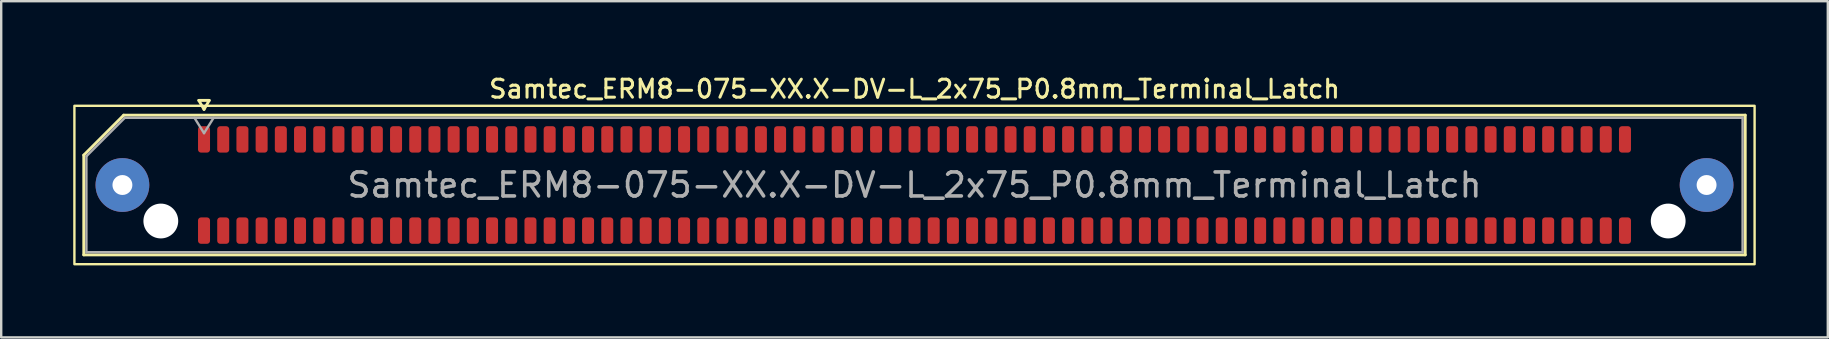
<source format=kicad_pcb>
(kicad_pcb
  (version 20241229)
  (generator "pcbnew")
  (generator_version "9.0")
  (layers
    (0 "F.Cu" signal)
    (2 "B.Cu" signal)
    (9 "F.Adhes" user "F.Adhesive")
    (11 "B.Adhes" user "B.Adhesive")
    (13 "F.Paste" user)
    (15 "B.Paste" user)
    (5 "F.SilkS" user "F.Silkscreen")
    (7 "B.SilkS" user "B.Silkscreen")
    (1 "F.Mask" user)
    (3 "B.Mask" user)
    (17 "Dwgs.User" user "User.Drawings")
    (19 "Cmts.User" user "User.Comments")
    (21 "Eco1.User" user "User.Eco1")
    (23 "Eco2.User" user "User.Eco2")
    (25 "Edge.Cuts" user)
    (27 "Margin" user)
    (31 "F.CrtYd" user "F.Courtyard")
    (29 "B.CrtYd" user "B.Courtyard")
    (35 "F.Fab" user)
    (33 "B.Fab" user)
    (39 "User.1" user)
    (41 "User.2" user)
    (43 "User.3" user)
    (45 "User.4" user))
  (footprint "Samtec_ERM8-075-XX.X-DV-L_2x75_P0.8mm_Terminal_Latch"
    (layer "F.Cu")
    (at 35.05 4.658)
    (property "Reference" "Samtec_ERM8-075-XX.X-DV-L_2x75_P0.8mm_Terminal_Latch" (at 0 -4 0) (layer "F.SilkS") (effects (font (size 0.75 0.75) (thickness 0.125))))
    (attr smd)
    (fp_line (start -34.61 -1.246) (end -32.946 -2.91) (stroke (width 0.12) (type solid)) (layer "F.SilkS"))
    (fp_line (start -34.61 2.91) (end -34.61 -1.246) (stroke (width 0.12) (type solid)) (layer "F.SilkS"))
    (fp_line (start -32.946 -2.91) (end 34.61 -2.91) (stroke (width 0.12) (type solid)) (layer "F.SilkS"))
    (fp_line (start -29.817 -3.525) (end -29.6 -3.15) (stroke (width 0.12) (type solid)) (layer "F.SilkS"))
    (fp_line (start -29.6 -3.15) (end -29.383 -3.525) (stroke (width 0.12) (type solid)) (layer "F.SilkS"))
    (fp_line (start -29.383 -3.525) (end -29.817 -3.525) (stroke (width 0.12) (type solid)) (layer "F.SilkS"))
    (fp_line (start 34.61 -2.91) (end 34.61 2.91) (stroke (width 0.12) (type solid)) (layer "F.SilkS"))
    (fp_line (start 34.61 2.91) (end -34.61 2.91) (stroke (width 0.12) (type solid)) (layer "F.SilkS"))
    (fp_rect (start -35 -3.3) (end 35 3.3) (stroke (width 0.1) (type solid)) (fill no) (layer "F.SilkS"))
    (fp_line (start -34.5 -1.2) (end -32.9 -2.8) (stroke (width 0.1) (type solid)) (layer "F.Fab"))
    (fp_line (start -34.5 2.8) (end -34.5 -1.2) (stroke (width 0.1) (type solid)) (layer "F.Fab"))
    (fp_line (start -32.9 -2.8) (end 34.5 -2.8) (stroke (width 0.1) (type solid)) (layer "F.Fab"))
    (fp_line (start -30 -2.8) (end -29.6 -2.16) (stroke (width 0.1) (type solid)) (layer "F.Fab"))
    (fp_line (start -29.6 -2.16) (end -29.2 -2.8) (stroke (width 0.1) (type solid)) (layer "F.Fab"))
    (fp_line (start 34.5 -2.8) (end 34.5 2.8) (stroke (width 0.1) (type solid)) (layer "F.Fab"))
    (fp_line (start 34.5 2.8) (end -34.5 2.8) (stroke (width 0.1) (type solid)) (layer "F.Fab"))
    (fp_text user "${REFERENCE}" (at 0 0 0) (layer "F.Fab") (effects (font (size 1 1) (thickness 0.15))))
    (pad "" thru_hole circle (at -33 0) (size 2.24 2.24) (drill 0.83) (layers "*.Cu" "*.Mask" "F.Paste"))
    (pad "" np_thru_hole circle (at -31.4 1.5) (size 1.45 1.45) (drill 1.45) (layers "*.Cu" "*.Mask"))
    (pad "" np_thru_hole circle (at 31.4 1.5) (size 1.45 1.45) (drill 1.45) (layers "*.Cu" "*.Mask"))
    (pad "" thru_hole circle (at 33 0) (size 2.24 2.24) (drill 0.83) (layers "*.Cu" "*.Mask" "F.Paste"))
    (pad "1" smd roundrect (at -29.6 -1.9) (size 0.5 1.1) (layers "F.Cu" "F.Mask" "F.Paste") (roundrect_rratio 0.25))
    (pad "2" smd roundrect (at -29.6 1.9) (size 0.5 1.1) (layers "F.Cu" "F.Mask" "F.Paste") (roundrect_rratio 0.25))
    (pad "3" smd roundrect (at -28.8 -1.9) (size 0.5 1.1) (layers "F.Cu" "F.Mask" "F.Paste") (roundrect_rratio 0.25))
    (pad "4" smd roundrect (at -28.8 1.9) (size 0.5 1.1) (layers "F.Cu" "F.Mask" "F.Paste") (roundrect_rratio 0.25))
    (pad "5" smd roundrect (at -28 -1.9) (size 0.5 1.1) (layers "F.Cu" "F.Mask" "F.Paste") (roundrect_rratio 0.25))
    (pad "6" smd roundrect (at -28 1.9) (size 0.5 1.1) (layers "F.Cu" "F.Mask" "F.Paste") (roundrect_rratio 0.25))
    (pad "7" smd roundrect (at -27.2 -1.9) (size 0.5 1.1) (layers "F.Cu" "F.Mask" "F.Paste") (roundrect_rratio 0.25))
    (pad "8" smd roundrect (at -27.2 1.9) (size 0.5 1.1) (layers "F.Cu" "F.Mask" "F.Paste") (roundrect_rratio 0.25))
    (pad "9" smd roundrect (at -26.4 -1.9) (size 0.5 1.1) (layers "F.Cu" "F.Mask" "F.Paste") (roundrect_rratio 0.25))
    (pad "10" smd roundrect (at -26.4 1.9) (size 0.5 1.1) (layers "F.Cu" "F.Mask" "F.Paste") (roundrect_rratio 0.25))
    (pad "11" smd roundrect (at -25.6 -1.9) (size 0.5 1.1) (layers "F.Cu" "F.Mask" "F.Paste") (roundrect_rratio 0.25))
    (pad "12" smd roundrect (at -25.6 1.9) (size 0.5 1.1) (layers "F.Cu" "F.Mask" "F.Paste") (roundrect_rratio 0.25))
    (pad "13" smd roundrect (at -24.8 -1.9) (size 0.5 1.1) (layers "F.Cu" "F.Mask" "F.Paste") (roundrect_rratio 0.25))
    (pad "14" smd roundrect (at -24.8 1.9) (size 0.5 1.1) (layers "F.Cu" "F.Mask" "F.Paste") (roundrect_rratio 0.25))
    (pad "15" smd roundrect (at -24 -1.9) (size 0.5 1.1) (layers "F.Cu" "F.Mask" "F.Paste") (roundrect_rratio 0.25))
    (pad "16" smd roundrect (at -24 1.9) (size 0.5 1.1) (layers "F.Cu" "F.Mask" "F.Paste") (roundrect_rratio 0.25))
    (pad "17" smd roundrect (at -23.2 -1.9) (size 0.5 1.1) (layers "F.Cu" "F.Mask" "F.Paste") (roundrect_rratio 0.25))
    (pad "18" smd roundrect (at -23.2 1.9) (size 0.5 1.1) (layers "F.Cu" "F.Mask" "F.Paste") (roundrect_rratio 0.25))
    (pad "19" smd roundrect (at -22.4 -1.9) (size 0.5 1.1) (layers "F.Cu" "F.Mask" "F.Paste") (roundrect_rratio 0.25))
    (pad "20" smd roundrect (at -22.4 1.9) (size 0.5 1.1) (layers "F.Cu" "F.Mask" "F.Paste") (roundrect_rratio 0.25))
    (pad "21" smd roundrect (at -21.6 -1.9) (size 0.5 1.1) (layers "F.Cu" "F.Mask" "F.Paste") (roundrect_rratio 0.25))
    (pad "22" smd roundrect (at -21.6 1.9) (size 0.5 1.1) (layers "F.Cu" "F.Mask" "F.Paste") (roundrect_rratio 0.25))
    (pad "23" smd roundrect (at -20.8 -1.9) (size 0.5 1.1) (layers "F.Cu" "F.Mask" "F.Paste") (roundrect_rratio 0.25))
    (pad "24" smd roundrect (at -20.8 1.9) (size 0.5 1.1) (layers "F.Cu" "F.Mask" "F.Paste") (roundrect_rratio 0.25))
    (pad "25" smd roundrect (at -20 -1.9) (size 0.5 1.1) (layers "F.Cu" "F.Mask" "F.Paste") (roundrect_rratio 0.25))
    (pad "26" smd roundrect (at -20 1.9) (size 0.5 1.1) (layers "F.Cu" "F.Mask" "F.Paste") (roundrect_rratio 0.25))
    (pad "27" smd roundrect (at -19.2 -1.9) (size 0.5 1.1) (layers "F.Cu" "F.Mask" "F.Paste") (roundrect_rratio 0.25))
    (pad "28" smd roundrect (at -19.2 1.9) (size 0.5 1.1) (layers "F.Cu" "F.Mask" "F.Paste") (roundrect_rratio 0.25))
    (pad "29" smd roundrect (at -18.4 -1.9) (size 0.5 1.1) (layers "F.Cu" "F.Mask" "F.Paste") (roundrect_rratio 0.25))
    (pad "30" smd roundrect (at -18.4 1.9) (size 0.5 1.1) (layers "F.Cu" "F.Mask" "F.Paste") (roundrect_rratio 0.25))
    (pad "31" smd roundrect (at -17.6 -1.9) (size 0.5 1.1) (layers "F.Cu" "F.Mask" "F.Paste") (roundrect_rratio 0.25))
    (pad "32" smd roundrect (at -17.6 1.9) (size 0.5 1.1) (layers "F.Cu" "F.Mask" "F.Paste") (roundrect_rratio 0.25))
    (pad "33" smd roundrect (at -16.8 -1.9) (size 0.5 1.1) (layers "F.Cu" "F.Mask" "F.Paste") (roundrect_rratio 0.25))
    (pad "34" smd roundrect (at -16.8 1.9) (size 0.5 1.1) (layers "F.Cu" "F.Mask" "F.Paste") (roundrect_rratio 0.25))
    (pad "35" smd roundrect (at -16 -1.9) (size 0.5 1.1) (layers "F.Cu" "F.Mask" "F.Paste") (roundrect_rratio 0.25))
    (pad "36" smd roundrect (at -16 1.9) (size 0.5 1.1) (layers "F.Cu" "F.Mask" "F.Paste") (roundrect_rratio 0.25))
    (pad "37" smd roundrect (at -15.2 -1.9) (size 0.5 1.1) (layers "F.Cu" "F.Mask" "F.Paste") (roundrect_rratio 0.25))
    (pad "38" smd roundrect (at -15.2 1.9) (size 0.5 1.1) (layers "F.Cu" "F.Mask" "F.Paste") (roundrect_rratio 0.25))
    (pad "39" smd roundrect (at -14.4 -1.9) (size 0.5 1.1) (layers "F.Cu" "F.Mask" "F.Paste") (roundrect_rratio 0.25))
    (pad "40" smd roundrect (at -14.4 1.9) (size 0.5 1.1) (layers "F.Cu" "F.Mask" "F.Paste") (roundrect_rratio 0.25))
    (pad "41" smd roundrect (at -13.6 -1.9) (size 0.5 1.1) (layers "F.Cu" "F.Mask" "F.Paste") (roundrect_rratio 0.25))
    (pad "42" smd roundrect (at -13.6 1.9) (size 0.5 1.1) (layers "F.Cu" "F.Mask" "F.Paste") (roundrect_rratio 0.25))
    (pad "43" smd roundrect (at -12.8 -1.9) (size 0.5 1.1) (layers "F.Cu" "F.Mask" "F.Paste") (roundrect_rratio 0.25))
    (pad "44" smd roundrect (at -12.8 1.9) (size 0.5 1.1) (layers "F.Cu" "F.Mask" "F.Paste") (roundrect_rratio 0.25))
    (pad "45" smd roundrect (at -12 -1.9) (size 0.5 1.1) (layers "F.Cu" "F.Mask" "F.Paste") (roundrect_rratio 0.25))
    (pad "46" smd roundrect (at -12 1.9) (size 0.5 1.1) (layers "F.Cu" "F.Mask" "F.Paste") (roundrect_rratio 0.25))
    (pad "47" smd roundrect (at -11.2 -1.9) (size 0.5 1.1) (layers "F.Cu" "F.Mask" "F.Paste") (roundrect_rratio 0.25))
    (pad "48" smd roundrect (at -11.2 1.9) (size 0.5 1.1) (layers "F.Cu" "F.Mask" "F.Paste") (roundrect_rratio 0.25))
    (pad "49" smd roundrect (at -10.4 -1.9) (size 0.5 1.1) (layers "F.Cu" "F.Mask" "F.Paste") (roundrect_rratio 0.25))
    (pad "50" smd roundrect (at -10.4 1.9) (size 0.5 1.1) (layers "F.Cu" "F.Mask" "F.Paste") (roundrect_rratio 0.25))
    (pad "51" smd roundrect (at -9.6 -1.9) (size 0.5 1.1) (layers "F.Cu" "F.Mask" "F.Paste") (roundrect_rratio 0.25))
    (pad "52" smd roundrect (at -9.6 1.9) (size 0.5 1.1) (layers "F.Cu" "F.Mask" "F.Paste") (roundrect_rratio 0.25))
    (pad "53" smd roundrect (at -8.8 -1.9) (size 0.5 1.1) (layers "F.Cu" "F.Mask" "F.Paste") (roundrect_rratio 0.25))
    (pad "54" smd roundrect (at -8.8 1.9) (size 0.5 1.1) (layers "F.Cu" "F.Mask" "F.Paste") (roundrect_rratio 0.25))
    (pad "55" smd roundrect (at -8 -1.9) (size 0.5 1.1) (layers "F.Cu" "F.Mask" "F.Paste") (roundrect_rratio 0.25))
    (pad "56" smd roundrect (at -8 1.9) (size 0.5 1.1) (layers "F.Cu" "F.Mask" "F.Paste") (roundrect_rratio 0.25))
    (pad "57" smd roundrect (at -7.2 -1.9) (size 0.5 1.1) (layers "F.Cu" "F.Mask" "F.Paste") (roundrect_rratio 0.25))
    (pad "58" smd roundrect (at -7.2 1.9) (size 0.5 1.1) (layers "F.Cu" "F.Mask" "F.Paste") (roundrect_rratio 0.25))
    (pad "59" smd roundrect (at -6.4 -1.9) (size 0.5 1.1) (layers "F.Cu" "F.Mask" "F.Paste") (roundrect_rratio 0.25))
    (pad "60" smd roundrect (at -6.4 1.9) (size 0.5 1.1) (layers "F.Cu" "F.Mask" "F.Paste") (roundrect_rratio 0.25))
    (pad "61" smd roundrect (at -5.6 -1.9) (size 0.5 1.1) (layers "F.Cu" "F.Mask" "F.Paste") (roundrect_rratio 0.25))
    (pad "62" smd roundrect (at -5.6 1.9) (size 0.5 1.1) (layers "F.Cu" "F.Mask" "F.Paste") (roundrect_rratio 0.25))
    (pad "63" smd roundrect (at -4.8 -1.9) (size 0.5 1.1) (layers "F.Cu" "F.Mask" "F.Paste") (roundrect_rratio 0.25))
    (pad "64" smd roundrect (at -4.8 1.9) (size 0.5 1.1) (layers "F.Cu" "F.Mask" "F.Paste") (roundrect_rratio 0.25))
    (pad "65" smd roundrect (at -4 -1.9) (size 0.5 1.1) (layers "F.Cu" "F.Mask" "F.Paste") (roundrect_rratio 0.25))
    (pad "66" smd roundrect (at -4 1.9) (size 0.5 1.1) (layers "F.Cu" "F.Mask" "F.Paste") (roundrect_rratio 0.25))
    (pad "67" smd roundrect (at -3.2 -1.9) (size 0.5 1.1) (layers "F.Cu" "F.Mask" "F.Paste") (roundrect_rratio 0.25))
    (pad "68" smd roundrect (at -3.2 1.9) (size 0.5 1.1) (layers "F.Cu" "F.Mask" "F.Paste") (roundrect_rratio 0.25))
    (pad "69" smd roundrect (at -2.4 -1.9) (size 0.5 1.1) (layers "F.Cu" "F.Mask" "F.Paste") (roundrect_rratio 0.25))
    (pad "70" smd roundrect (at -2.4 1.9) (size 0.5 1.1) (layers "F.Cu" "F.Mask" "F.Paste") (roundrect_rratio 0.25))
    (pad "71" smd roundrect (at -1.6 -1.9) (size 0.5 1.1) (layers "F.Cu" "F.Mask" "F.Paste") (roundrect_rratio 0.25))
    (pad "72" smd roundrect (at -1.6 1.9) (size 0.5 1.1) (layers "F.Cu" "F.Mask" "F.Paste") (roundrect_rratio 0.25))
    (pad "73" smd roundrect (at -0.8 -1.9) (size 0.5 1.1) (layers "F.Cu" "F.Mask" "F.Paste") (roundrect_rratio 0.25))
    (pad "74" smd roundrect (at -0.8 1.9) (size 0.5 1.1) (layers "F.Cu" "F.Mask" "F.Paste") (roundrect_rratio 0.25))
    (pad "75" smd roundrect (at 0 -1.9) (size 0.5 1.1) (layers "F.Cu" "F.Mask" "F.Paste") (roundrect_rratio 0.25))
    (pad "76" smd roundrect (at 0 1.9) (size 0.5 1.1) (layers "F.Cu" "F.Mask" "F.Paste") (roundrect_rratio 0.25))
    (pad "77" smd roundrect (at 0.8 -1.9) (size 0.5 1.1) (layers "F.Cu" "F.Mask" "F.Paste") (roundrect_rratio 0.25))
    (pad "78" smd roundrect (at 0.8 1.9) (size 0.5 1.1) (layers "F.Cu" "F.Mask" "F.Paste") (roundrect_rratio 0.25))
    (pad "79" smd roundrect (at 1.6 -1.9) (size 0.5 1.1) (layers "F.Cu" "F.Mask" "F.Paste") (roundrect_rratio 0.25))
    (pad "80" smd roundrect (at 1.6 1.9) (size 0.5 1.1) (layers "F.Cu" "F.Mask" "F.Paste") (roundrect_rratio 0.25))
    (pad "81" smd roundrect (at 2.4 -1.9) (size 0.5 1.1) (layers "F.Cu" "F.Mask" "F.Paste") (roundrect_rratio 0.25))
    (pad "82" smd roundrect (at 2.4 1.9) (size 0.5 1.1) (layers "F.Cu" "F.Mask" "F.Paste") (roundrect_rratio 0.25))
    (pad "83" smd roundrect (at 3.2 -1.9) (size 0.5 1.1) (layers "F.Cu" "F.Mask" "F.Paste") (roundrect_rratio 0.25))
    (pad "84" smd roundrect (at 3.2 1.9) (size 0.5 1.1) (layers "F.Cu" "F.Mask" "F.Paste") (roundrect_rratio 0.25))
    (pad "85" smd roundrect (at 4 -1.9) (size 0.5 1.1) (layers "F.Cu" "F.Mask" "F.Paste") (roundrect_rratio 0.25))
    (pad "86" smd roundrect (at 4 1.9) (size 0.5 1.1) (layers "F.Cu" "F.Mask" "F.Paste") (roundrect_rratio 0.25))
    (pad "87" smd roundrect (at 4.8 -1.9) (size 0.5 1.1) (layers "F.Cu" "F.Mask" "F.Paste") (roundrect_rratio 0.25))
    (pad "88" smd roundrect (at 4.8 1.9) (size 0.5 1.1) (layers "F.Cu" "F.Mask" "F.Paste") (roundrect_rratio 0.25))
    (pad "89" smd roundrect (at 5.6 -1.9) (size 0.5 1.1) (layers "F.Cu" "F.Mask" "F.Paste") (roundrect_rratio 0.25))
    (pad "90" smd roundrect (at 5.6 1.9) (size 0.5 1.1) (layers "F.Cu" "F.Mask" "F.Paste") (roundrect_rratio 0.25))
    (pad "91" smd roundrect (at 6.4 -1.9) (size 0.5 1.1) (layers "F.Cu" "F.Mask" "F.Paste") (roundrect_rratio 0.25))
    (pad "92" smd roundrect (at 6.4 1.9) (size 0.5 1.1) (layers "F.Cu" "F.Mask" "F.Paste") (roundrect_rratio 0.25))
    (pad "93" smd roundrect (at 7.2 -1.9) (size 0.5 1.1) (layers "F.Cu" "F.Mask" "F.Paste") (roundrect_rratio 0.25))
    (pad "94" smd roundrect (at 7.2 1.9) (size 0.5 1.1) (layers "F.Cu" "F.Mask" "F.Paste") (roundrect_rratio 0.25))
    (pad "95" smd roundrect (at 8 -1.9) (size 0.5 1.1) (layers "F.Cu" "F.Mask" "F.Paste") (roundrect_rratio 0.25))
    (pad "96" smd roundrect (at 8 1.9) (size 0.5 1.1) (layers "F.Cu" "F.Mask" "F.Paste") (roundrect_rratio 0.25))
    (pad "97" smd roundrect (at 8.8 -1.9) (size 0.5 1.1) (layers "F.Cu" "F.Mask" "F.Paste") (roundrect_rratio 0.25))
    (pad "98" smd roundrect (at 8.8 1.9) (size 0.5 1.1) (layers "F.Cu" "F.Mask" "F.Paste") (roundrect_rratio 0.25))
    (pad "99" smd roundrect (at 9.6 -1.9) (size 0.5 1.1) (layers "F.Cu" "F.Mask" "F.Paste") (roundrect_rratio 0.25))
    (pad "100" smd roundrect (at 9.6 1.9) (size 0.5 1.1) (layers "F.Cu" "F.Mask" "F.Paste") (roundrect_rratio 0.25))
    (pad "101" smd roundrect (at 10.4 -1.9) (size 0.5 1.1) (layers "F.Cu" "F.Mask" "F.Paste") (roundrect_rratio 0.25))
    (pad "102" smd roundrect (at 10.4 1.9) (size 0.5 1.1) (layers "F.Cu" "F.Mask" "F.Paste") (roundrect_rratio 0.25))
    (pad "103" smd roundrect (at 11.2 -1.9) (size 0.5 1.1) (layers "F.Cu" "F.Mask" "F.Paste") (roundrect_rratio 0.25))
    (pad "104" smd roundrect (at 11.2 1.9) (size 0.5 1.1) (layers "F.Cu" "F.Mask" "F.Paste") (roundrect_rratio 0.25))
    (pad "105" smd roundrect (at 12 -1.9) (size 0.5 1.1) (layers "F.Cu" "F.Mask" "F.Paste") (roundrect_rratio 0.25))
    (pad "106" smd roundrect (at 12 1.9) (size 0.5 1.1) (layers "F.Cu" "F.Mask" "F.Paste") (roundrect_rratio 0.25))
    (pad "107" smd roundrect (at 12.8 -1.9) (size 0.5 1.1) (layers "F.Cu" "F.Mask" "F.Paste") (roundrect_rratio 0.25))
    (pad "108" smd roundrect (at 12.8 1.9) (size 0.5 1.1) (layers "F.Cu" "F.Mask" "F.Paste") (roundrect_rratio 0.25))
    (pad "109" smd roundrect (at 13.6 -1.9) (size 0.5 1.1) (layers "F.Cu" "F.Mask" "F.Paste") (roundrect_rratio 0.25))
    (pad "110" smd roundrect (at 13.6 1.9) (size 0.5 1.1) (layers "F.Cu" "F.Mask" "F.Paste") (roundrect_rratio 0.25))
    (pad "111" smd roundrect (at 14.4 -1.9) (size 0.5 1.1) (layers "F.Cu" "F.Mask" "F.Paste") (roundrect_rratio 0.25))
    (pad "112" smd roundrect (at 14.4 1.9) (size 0.5 1.1) (layers "F.Cu" "F.Mask" "F.Paste") (roundrect_rratio 0.25))
    (pad "113" smd roundrect (at 15.2 -1.9) (size 0.5 1.1) (layers "F.Cu" "F.Mask" "F.Paste") (roundrect_rratio 0.25))
    (pad "114" smd roundrect (at 15.2 1.9) (size 0.5 1.1) (layers "F.Cu" "F.Mask" "F.Paste") (roundrect_rratio 0.25))
    (pad "115" smd roundrect (at 16 -1.9) (size 0.5 1.1) (layers "F.Cu" "F.Mask" "F.Paste") (roundrect_rratio 0.25))
    (pad "116" smd roundrect (at 16 1.9) (size 0.5 1.1) (layers "F.Cu" "F.Mask" "F.Paste") (roundrect_rratio 0.25))
    (pad "117" smd roundrect (at 16.8 -1.9) (size 0.5 1.1) (layers "F.Cu" "F.Mask" "F.Paste") (roundrect_rratio 0.25))
    (pad "118" smd roundrect (at 16.8 1.9) (size 0.5 1.1) (layers "F.Cu" "F.Mask" "F.Paste") (roundrect_rratio 0.25))
    (pad "119" smd roundrect (at 17.6 -1.9) (size 0.5 1.1) (layers "F.Cu" "F.Mask" "F.Paste") (roundrect_rratio 0.25))
    (pad "120" smd roundrect (at 17.6 1.9) (size 0.5 1.1) (layers "F.Cu" "F.Mask" "F.Paste") (roundrect_rratio 0.25))
    (pad "121" smd roundrect (at 18.4 -1.9) (size 0.5 1.1) (layers "F.Cu" "F.Mask" "F.Paste") (roundrect_rratio 0.25))
    (pad "122" smd roundrect (at 18.4 1.9) (size 0.5 1.1) (layers "F.Cu" "F.Mask" "F.Paste") (roundrect_rratio 0.25))
    (pad "123" smd roundrect (at 19.2 -1.9) (size 0.5 1.1) (layers "F.Cu" "F.Mask" "F.Paste") (roundrect_rratio 0.25))
    (pad "124" smd roundrect (at 19.2 1.9) (size 0.5 1.1) (layers "F.Cu" "F.Mask" "F.Paste") (roundrect_rratio 0.25))
    (pad "125" smd roundrect (at 20 -1.9) (size 0.5 1.1) (layers "F.Cu" "F.Mask" "F.Paste") (roundrect_rratio 0.25))
    (pad "126" smd roundrect (at 20 1.9) (size 0.5 1.1) (layers "F.Cu" "F.Mask" "F.Paste") (roundrect_rratio 0.25))
    (pad "127" smd roundrect (at 20.8 -1.9) (size 0.5 1.1) (layers "F.Cu" "F.Mask" "F.Paste") (roundrect_rratio 0.25))
    (pad "128" smd roundrect (at 20.8 1.9) (size 0.5 1.1) (layers "F.Cu" "F.Mask" "F.Paste") (roundrect_rratio 0.25))
    (pad "129" smd roundrect (at 21.6 -1.9) (size 0.5 1.1) (layers "F.Cu" "F.Mask" "F.Paste") (roundrect_rratio 0.25))
    (pad "130" smd roundrect (at 21.6 1.9) (size 0.5 1.1) (layers "F.Cu" "F.Mask" "F.Paste") (roundrect_rratio 0.25))
    (pad "131" smd roundrect (at 22.4 -1.9) (size 0.5 1.1) (layers "F.Cu" "F.Mask" "F.Paste") (roundrect_rratio 0.25))
    (pad "132" smd roundrect (at 22.4 1.9) (size 0.5 1.1) (layers "F.Cu" "F.Mask" "F.Paste") (roundrect_rratio 0.25))
    (pad "133" smd roundrect (at 23.2 -1.9) (size 0.5 1.1) (layers "F.Cu" "F.Mask" "F.Paste") (roundrect_rratio 0.25))
    (pad "134" smd roundrect (at 23.2 1.9) (size 0.5 1.1) (layers "F.Cu" "F.Mask" "F.Paste") (roundrect_rratio 0.25))
    (pad "135" smd roundrect (at 24 -1.9) (size 0.5 1.1) (layers "F.Cu" "F.Mask" "F.Paste") (roundrect_rratio 0.25))
    (pad "136" smd roundrect (at 24 1.9) (size 0.5 1.1) (layers "F.Cu" "F.Mask" "F.Paste") (roundrect_rratio 0.25))
    (pad "137" smd roundrect (at 24.8 -1.9) (size 0.5 1.1) (layers "F.Cu" "F.Mask" "F.Paste") (roundrect_rratio 0.25))
    (pad "138" smd roundrect (at 24.8 1.9) (size 0.5 1.1) (layers "F.Cu" "F.Mask" "F.Paste") (roundrect_rratio 0.25))
    (pad "139" smd roundrect (at 25.6 -1.9) (size 0.5 1.1) (layers "F.Cu" "F.Mask" "F.Paste") (roundrect_rratio 0.25))
    (pad "140" smd roundrect (at 25.6 1.9) (size 0.5 1.1) (layers "F.Cu" "F.Mask" "F.Paste") (roundrect_rratio 0.25))
    (pad "141" smd roundrect (at 26.4 -1.9) (size 0.5 1.1) (layers "F.Cu" "F.Mask" "F.Paste") (roundrect_rratio 0.25))
    (pad "142" smd roundrect (at 26.4 1.9) (size 0.5 1.1) (layers "F.Cu" "F.Mask" "F.Paste") (roundrect_rratio 0.25))
    (pad "143" smd roundrect (at 27.2 -1.9) (size 0.5 1.1) (layers "F.Cu" "F.Mask" "F.Paste") (roundrect_rratio 0.25))
    (pad "144" smd roundrect (at 27.2 1.9) (size 0.5 1.1) (layers "F.Cu" "F.Mask" "F.Paste") (roundrect_rratio 0.25))
    (pad "145" smd roundrect (at 28 -1.9) (size 0.5 1.1) (layers "F.Cu" "F.Mask" "F.Paste") (roundrect_rratio 0.25))
    (pad "146" smd roundrect (at 28 1.9) (size 0.5 1.1) (layers "F.Cu" "F.Mask" "F.Paste") (roundrect_rratio 0.25))
    (pad "147" smd roundrect (at 28.8 -1.9) (size 0.5 1.1) (layers "F.Cu" "F.Mask" "F.Paste") (roundrect_rratio 0.25))
    (pad "148" smd roundrect (at 28.8 1.9) (size 0.5 1.1) (layers "F.Cu" "F.Mask" "F.Paste") (roundrect_rratio 0.25))
    (pad "149" smd roundrect (at 29.6 -1.9) (size 0.5 1.1) (layers "F.Cu" "F.Mask" "F.Paste") (roundrect_rratio 0.25))
    (pad "150" smd roundrect (at 29.6 1.9) (size 0.5 1.1) (layers "F.Cu" "F.Mask" "F.Paste") (roundrect_rratio 0.25)))
  (gr_rect
    (start -3 -3)
    (end 73.1 11.008)
    (stroke (width 0.1) (type default))
    (fill no)
    (layer "Edge.Cuts")))
</source>
